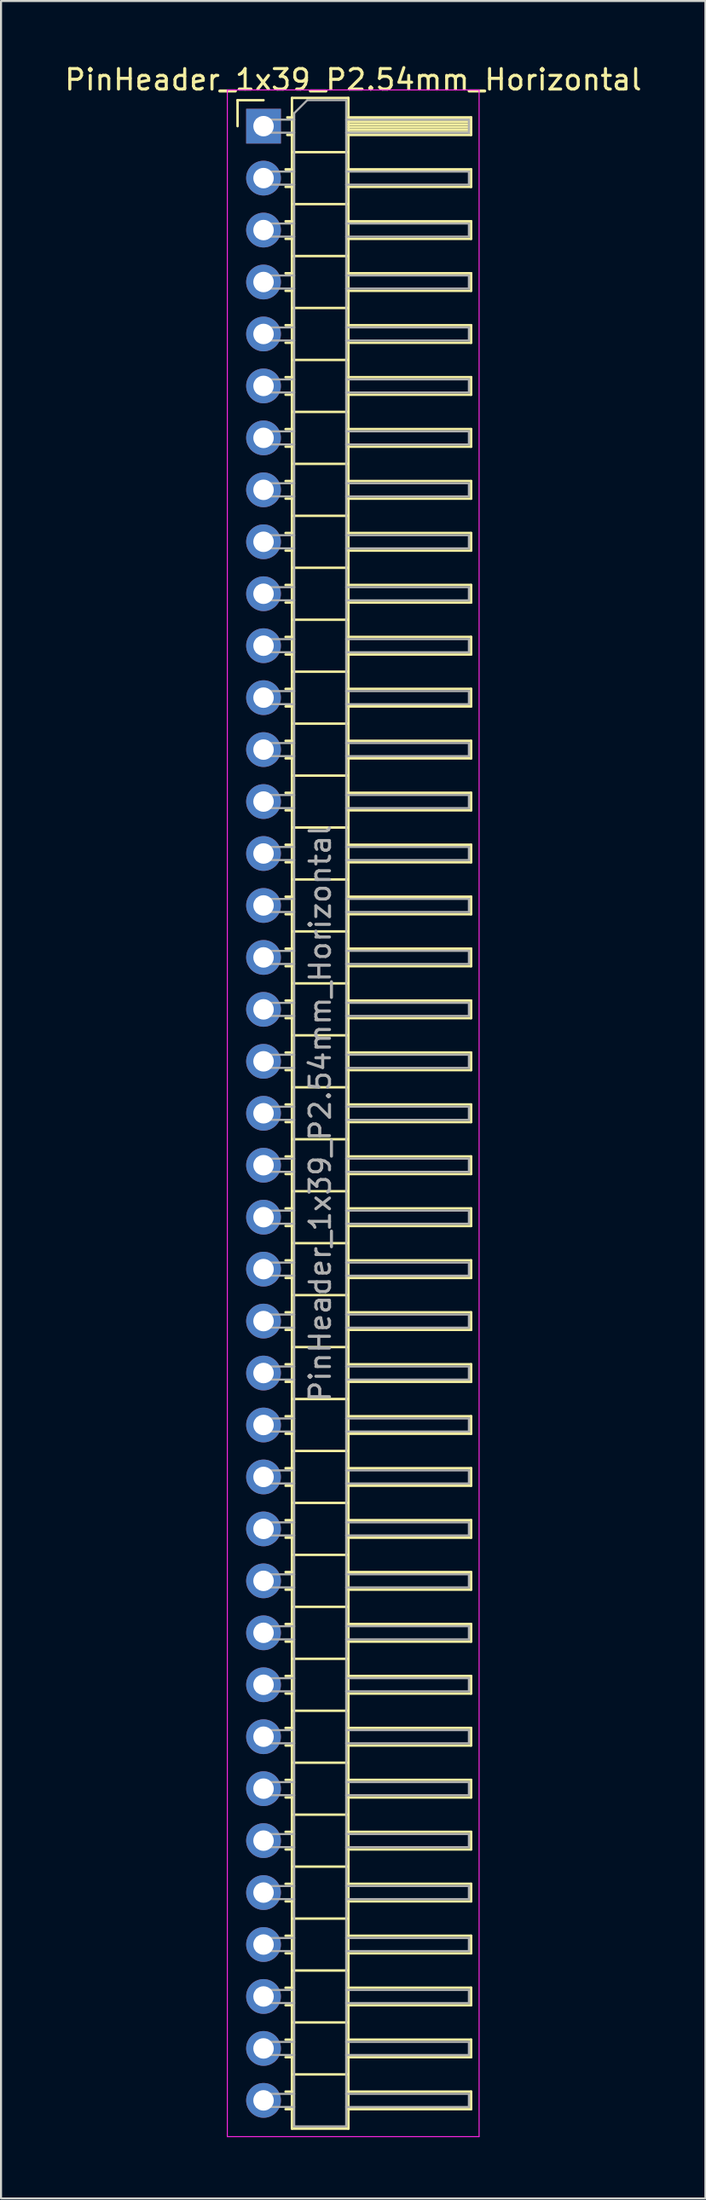
<source format=kicad_pcb>
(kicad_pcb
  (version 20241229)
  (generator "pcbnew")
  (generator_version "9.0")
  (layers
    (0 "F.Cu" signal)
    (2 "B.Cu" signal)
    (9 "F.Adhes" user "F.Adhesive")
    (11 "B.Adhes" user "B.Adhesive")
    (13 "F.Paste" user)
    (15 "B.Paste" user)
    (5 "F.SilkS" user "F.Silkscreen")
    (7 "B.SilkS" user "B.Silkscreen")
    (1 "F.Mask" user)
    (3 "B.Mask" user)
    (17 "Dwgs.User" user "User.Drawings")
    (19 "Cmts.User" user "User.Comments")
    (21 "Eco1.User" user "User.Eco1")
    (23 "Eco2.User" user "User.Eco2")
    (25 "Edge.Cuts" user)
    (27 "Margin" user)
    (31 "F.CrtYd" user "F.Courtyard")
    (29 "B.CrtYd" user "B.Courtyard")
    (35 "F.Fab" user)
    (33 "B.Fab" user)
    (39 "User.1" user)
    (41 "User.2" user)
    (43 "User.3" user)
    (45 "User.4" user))
  (footprint "PinHeader_1x39_P2.54mm_Horizontal"
    (layer "F.Cu")
    (at 9.835 3.118)
    (property "Reference" "PinHeader_1x39_P2.54mm_Horizontal" (at 4.385 -2.27 0) (layer "F.SilkS") (effects (font (size 1 1) (thickness 0.15))))
    (attr through_hole)
    (fp_line (start -1.27 -1.27) (end 0 -1.27) (stroke (width 0.12) (type solid)) (layer "F.SilkS"))
    (fp_line (start -1.27 0) (end -1.27 -1.27) (stroke (width 0.12) (type solid)) (layer "F.SilkS"))
    (fp_line (start 1.077 2.11) (end 1.39 2.11) (stroke (width 0.12) (type solid)) (layer "F.SilkS"))
    (fp_line (start 1.077 2.97) (end 1.39 2.97) (stroke (width 0.12) (type solid)) (layer "F.SilkS"))
    (fp_line (start 1.077 4.65) (end 1.39 4.65) (stroke (width 0.12) (type solid)) (layer "F.SilkS"))
    (fp_line (start 1.077 5.51) (end 1.39 5.51) (stroke (width 0.12) (type solid)) (layer "F.SilkS"))
    (fp_line (start 1.077 7.19) (end 1.39 7.19) (stroke (width 0.12) (type solid)) (layer "F.SilkS"))
    (fp_line (start 1.077 8.05) (end 1.39 8.05) (stroke (width 0.12) (type solid)) (layer "F.SilkS"))
    (fp_line (start 1.077 9.73) (end 1.39 9.73) (stroke (width 0.12) (type solid)) (layer "F.SilkS"))
    (fp_line (start 1.077 10.59) (end 1.39 10.59) (stroke (width 0.12) (type solid)) (layer "F.SilkS"))
    (fp_line (start 1.077 12.27) (end 1.39 12.27) (stroke (width 0.12) (type solid)) (layer "F.SilkS"))
    (fp_line (start 1.077 13.13) (end 1.39 13.13) (stroke (width 0.12) (type solid)) (layer "F.SilkS"))
    (fp_line (start 1.077 14.81) (end 1.39 14.81) (stroke (width 0.12) (type solid)) (layer "F.SilkS"))
    (fp_line (start 1.077 15.67) (end 1.39 15.67) (stroke (width 0.12) (type solid)) (layer "F.SilkS"))
    (fp_line (start 1.077 17.35) (end 1.39 17.35) (stroke (width 0.12) (type solid)) (layer "F.SilkS"))
    (fp_line (start 1.077 18.21) (end 1.39 18.21) (stroke (width 0.12) (type solid)) (layer "F.SilkS"))
    (fp_line (start 1.077 19.89) (end 1.39 19.89) (stroke (width 0.12) (type solid)) (layer "F.SilkS"))
    (fp_line (start 1.077 20.75) (end 1.39 20.75) (stroke (width 0.12) (type solid)) (layer "F.SilkS"))
    (fp_line (start 1.077 22.43) (end 1.39 22.43) (stroke (width 0.12) (type solid)) (layer "F.SilkS"))
    (fp_line (start 1.077 23.29) (end 1.39 23.29) (stroke (width 0.12) (type solid)) (layer "F.SilkS"))
    (fp_line (start 1.077 24.97) (end 1.39 24.97) (stroke (width 0.12) (type solid)) (layer "F.SilkS"))
    (fp_line (start 1.077 25.83) (end 1.39 25.83) (stroke (width 0.12) (type solid)) (layer "F.SilkS"))
    (fp_line (start 1.077 27.51) (end 1.39 27.51) (stroke (width 0.12) (type solid)) (layer "F.SilkS"))
    (fp_line (start 1.077 28.37) (end 1.39 28.37) (stroke (width 0.12) (type solid)) (layer "F.SilkS"))
    (fp_line (start 1.077 30.05) (end 1.39 30.05) (stroke (width 0.12) (type solid)) (layer "F.SilkS"))
    (fp_line (start 1.077 30.91) (end 1.39 30.91) (stroke (width 0.12) (type solid)) (layer "F.SilkS"))
    (fp_line (start 1.077 32.59) (end 1.39 32.59) (stroke (width 0.12) (type solid)) (layer "F.SilkS"))
    (fp_line (start 1.077 33.45) (end 1.39 33.45) (stroke (width 0.12) (type solid)) (layer "F.SilkS"))
    (fp_line (start 1.077 35.13) (end 1.39 35.13) (stroke (width 0.12) (type solid)) (layer "F.SilkS"))
    (fp_line (start 1.077 35.99) (end 1.39 35.99) (stroke (width 0.12) (type solid)) (layer "F.SilkS"))
    (fp_line (start 1.077 37.67) (end 1.39 37.67) (stroke (width 0.12) (type solid)) (layer "F.SilkS"))
    (fp_line (start 1.077 38.53) (end 1.39 38.53) (stroke (width 0.12) (type solid)) (layer "F.SilkS"))
    (fp_line (start 1.077 40.21) (end 1.39 40.21) (stroke (width 0.12) (type solid)) (layer "F.SilkS"))
    (fp_line (start 1.077 41.07) (end 1.39 41.07) (stroke (width 0.12) (type solid)) (layer "F.SilkS"))
    (fp_line (start 1.077 42.75) (end 1.39 42.75) (stroke (width 0.12) (type solid)) (layer "F.SilkS"))
    (fp_line (start 1.077 43.61) (end 1.39 43.61) (stroke (width 0.12) (type solid)) (layer "F.SilkS"))
    (fp_line (start 1.077 45.29) (end 1.39 45.29) (stroke (width 0.12) (type solid)) (layer "F.SilkS"))
    (fp_line (start 1.077 46.15) (end 1.39 46.15) (stroke (width 0.12) (type solid)) (layer "F.SilkS"))
    (fp_line (start 1.077 47.83) (end 1.39 47.83) (stroke (width 0.12) (type solid)) (layer "F.SilkS"))
    (fp_line (start 1.077 48.69) (end 1.39 48.69) (stroke (width 0.12) (type solid)) (layer "F.SilkS"))
    (fp_line (start 1.077 50.37) (end 1.39 50.37) (stroke (width 0.12) (type solid)) (layer "F.SilkS"))
    (fp_line (start 1.077 51.23) (end 1.39 51.23) (stroke (width 0.12) (type solid)) (layer "F.SilkS"))
    (fp_line (start 1.077 52.91) (end 1.39 52.91) (stroke (width 0.12) (type solid)) (layer "F.SilkS"))
    (fp_line (start 1.077 53.77) (end 1.39 53.77) (stroke (width 0.12) (type solid)) (layer "F.SilkS"))
    (fp_line (start 1.077 55.45) (end 1.39 55.45) (stroke (width 0.12) (type solid)) (layer "F.SilkS"))
    (fp_line (start 1.077 56.31) (end 1.39 56.31) (stroke (width 0.12) (type solid)) (layer "F.SilkS"))
    (fp_line (start 1.077 57.99) (end 1.39 57.99) (stroke (width 0.12) (type solid)) (layer "F.SilkS"))
    (fp_line (start 1.077 58.85) (end 1.39 58.85) (stroke (width 0.12) (type solid)) (layer "F.SilkS"))
    (fp_line (start 1.077 60.53) (end 1.39 60.53) (stroke (width 0.12) (type solid)) (layer "F.SilkS"))
    (fp_line (start 1.077 61.39) (end 1.39 61.39) (stroke (width 0.12) (type solid)) (layer "F.SilkS"))
    (fp_line (start 1.077 63.07) (end 1.39 63.07) (stroke (width 0.12) (type solid)) (layer "F.SilkS"))
    (fp_line (start 1.077 63.93) (end 1.39 63.93) (stroke (width 0.12) (type solid)) (layer "F.SilkS"))
    (fp_line (start 1.077 65.61) (end 1.39 65.61) (stroke (width 0.12) (type solid)) (layer "F.SilkS"))
    (fp_line (start 1.077 66.47) (end 1.39 66.47) (stroke (width 0.12) (type solid)) (layer "F.SilkS"))
    (fp_line (start 1.077 68.15) (end 1.39 68.15) (stroke (width 0.12) (type solid)) (layer "F.SilkS"))
    (fp_line (start 1.077 69.01) (end 1.39 69.01) (stroke (width 0.12) (type solid)) (layer "F.SilkS"))
    (fp_line (start 1.077 70.69) (end 1.39 70.69) (stroke (width 0.12) (type solid)) (layer "F.SilkS"))
    (fp_line (start 1.077 71.55) (end 1.39 71.55) (stroke (width 0.12) (type solid)) (layer "F.SilkS"))
    (fp_line (start 1.077 73.23) (end 1.39 73.23) (stroke (width 0.12) (type solid)) (layer "F.SilkS"))
    (fp_line (start 1.077 74.09) (end 1.39 74.09) (stroke (width 0.12) (type solid)) (layer "F.SilkS"))
    (fp_line (start 1.077 75.77) (end 1.39 75.77) (stroke (width 0.12) (type solid)) (layer "F.SilkS"))
    (fp_line (start 1.077 76.63) (end 1.39 76.63) (stroke (width 0.12) (type solid)) (layer "F.SilkS"))
    (fp_line (start 1.077 78.31) (end 1.39 78.31) (stroke (width 0.12) (type solid)) (layer "F.SilkS"))
    (fp_line (start 1.077 79.17) (end 1.39 79.17) (stroke (width 0.12) (type solid)) (layer "F.SilkS"))
    (fp_line (start 1.077 80.85) (end 1.39 80.85) (stroke (width 0.12) (type solid)) (layer "F.SilkS"))
    (fp_line (start 1.077 81.71) (end 1.39 81.71) (stroke (width 0.12) (type solid)) (layer "F.SilkS"))
    (fp_line (start 1.077 83.39) (end 1.39 83.39) (stroke (width 0.12) (type solid)) (layer "F.SilkS"))
    (fp_line (start 1.077 84.25) (end 1.39 84.25) (stroke (width 0.12) (type solid)) (layer "F.SilkS"))
    (fp_line (start 1.077 85.93) (end 1.39 85.93) (stroke (width 0.12) (type solid)) (layer "F.SilkS"))
    (fp_line (start 1.077 86.79) (end 1.39 86.79) (stroke (width 0.12) (type solid)) (layer "F.SilkS"))
    (fp_line (start 1.077 88.47) (end 1.39 88.47) (stroke (width 0.12) (type solid)) (layer "F.SilkS"))
    (fp_line (start 1.077 89.33) (end 1.39 89.33) (stroke (width 0.12) (type solid)) (layer "F.SilkS"))
    (fp_line (start 1.077 91.01) (end 1.39 91.01) (stroke (width 0.12) (type solid)) (layer "F.SilkS"))
    (fp_line (start 1.077 91.87) (end 1.39 91.87) (stroke (width 0.12) (type solid)) (layer "F.SilkS"))
    (fp_line (start 1.077 93.55) (end 1.39 93.55) (stroke (width 0.12) (type solid)) (layer "F.SilkS"))
    (fp_line (start 1.077 94.41) (end 1.39 94.41) (stroke (width 0.12) (type solid)) (layer "F.SilkS"))
    (fp_line (start 1.077 96.09) (end 1.39 96.09) (stroke (width 0.12) (type solid)) (layer "F.SilkS"))
    (fp_line (start 1.077 96.95) (end 1.39 96.95) (stroke (width 0.12) (type solid)) (layer "F.SilkS"))
    (fp_line (start 1.16 -0.43) (end 1.39 -0.43) (stroke (width 0.12) (type solid)) (layer "F.SilkS"))
    (fp_line (start 1.16 0.43) (end 1.39 0.43) (stroke (width 0.12) (type solid)) (layer "F.SilkS"))
    (fp_line (start 1.39 -1.38) (end 1.39 97.9) (stroke (width 0.12) (type solid)) (layer "F.SilkS"))
    (fp_line (start 1.39 1.27) (end 4.15 1.27) (stroke (width 0.12) (type solid)) (layer "F.SilkS"))
    (fp_line (start 1.39 3.81) (end 4.15 3.81) (stroke (width 0.12) (type solid)) (layer "F.SilkS"))
    (fp_line (start 1.39 6.35) (end 4.15 6.35) (stroke (width 0.12) (type solid)) (layer "F.SilkS"))
    (fp_line (start 1.39 8.89) (end 4.15 8.89) (stroke (width 0.12) (type solid)) (layer "F.SilkS"))
    (fp_line (start 1.39 11.43) (end 4.15 11.43) (stroke (width 0.12) (type solid)) (layer "F.SilkS"))
    (fp_line (start 1.39 13.97) (end 4.15 13.97) (stroke (width 0.12) (type solid)) (layer "F.SilkS"))
    (fp_line (start 1.39 16.51) (end 4.15 16.51) (stroke (width 0.12) (type solid)) (layer "F.SilkS"))
    (fp_line (start 1.39 19.05) (end 4.15 19.05) (stroke (width 0.12) (type solid)) (layer "F.SilkS"))
    (fp_line (start 1.39 21.59) (end 4.15 21.59) (stroke (width 0.12) (type solid)) (layer "F.SilkS"))
    (fp_line (start 1.39 24.13) (end 4.15 24.13) (stroke (width 0.12) (type solid)) (layer "F.SilkS"))
    (fp_line (start 1.39 26.67) (end 4.15 26.67) (stroke (width 0.12) (type solid)) (layer "F.SilkS"))
    (fp_line (start 1.39 29.21) (end 4.15 29.21) (stroke (width 0.12) (type solid)) (layer "F.SilkS"))
    (fp_line (start 1.39 31.75) (end 4.15 31.75) (stroke (width 0.12) (type solid)) (layer "F.SilkS"))
    (fp_line (start 1.39 34.29) (end 4.15 34.29) (stroke (width 0.12) (type solid)) (layer "F.SilkS"))
    (fp_line (start 1.39 36.83) (end 4.15 36.83) (stroke (width 0.12) (type solid)) (layer "F.SilkS"))
    (fp_line (start 1.39 39.37) (end 4.15 39.37) (stroke (width 0.12) (type solid)) (layer "F.SilkS"))
    (fp_line (start 1.39 41.91) (end 4.15 41.91) (stroke (width 0.12) (type solid)) (layer "F.SilkS"))
    (fp_line (start 1.39 44.45) (end 4.15 44.45) (stroke (width 0.12) (type solid)) (layer "F.SilkS"))
    (fp_line (start 1.39 46.99) (end 4.15 46.99) (stroke (width 0.12) (type solid)) (layer "F.SilkS"))
    (fp_line (start 1.39 49.53) (end 4.15 49.53) (stroke (width 0.12) (type solid)) (layer "F.SilkS"))
    (fp_line (start 1.39 52.07) (end 4.15 52.07) (stroke (width 0.12) (type solid)) (layer "F.SilkS"))
    (fp_line (start 1.39 54.61) (end 4.15 54.61) (stroke (width 0.12) (type solid)) (layer "F.SilkS"))
    (fp_line (start 1.39 57.15) (end 4.15 57.15) (stroke (width 0.12) (type solid)) (layer "F.SilkS"))
    (fp_line (start 1.39 59.69) (end 4.15 59.69) (stroke (width 0.12) (type solid)) (layer "F.SilkS"))
    (fp_line (start 1.39 62.23) (end 4.15 62.23) (stroke (width 0.12) (type solid)) (layer "F.SilkS"))
    (fp_line (start 1.39 64.77) (end 4.15 64.77) (stroke (width 0.12) (type solid)) (layer "F.SilkS"))
    (fp_line (start 1.39 67.31) (end 4.15 67.31) (stroke (width 0.12) (type solid)) (layer "F.SilkS"))
    (fp_line (start 1.39 69.85) (end 4.15 69.85) (stroke (width 0.12) (type solid)) (layer "F.SilkS"))
    (fp_line (start 1.39 72.39) (end 4.15 72.39) (stroke (width 0.12) (type solid)) (layer "F.SilkS"))
    (fp_line (start 1.39 74.93) (end 4.15 74.93) (stroke (width 0.12) (type solid)) (layer "F.SilkS"))
    (fp_line (start 1.39 77.47) (end 4.15 77.47) (stroke (width 0.12) (type solid)) (layer "F.SilkS"))
    (fp_line (start 1.39 80.01) (end 4.15 80.01) (stroke (width 0.12) (type solid)) (layer "F.SilkS"))
    (fp_line (start 1.39 82.55) (end 4.15 82.55) (stroke (width 0.12) (type solid)) (layer "F.SilkS"))
    (fp_line (start 1.39 85.09) (end 4.15 85.09) (stroke (width 0.12) (type solid)) (layer "F.SilkS"))
    (fp_line (start 1.39 87.63) (end 4.15 87.63) (stroke (width 0.12) (type solid)) (layer "F.SilkS"))
    (fp_line (start 1.39 90.17) (end 4.15 90.17) (stroke (width 0.12) (type solid)) (layer "F.SilkS"))
    (fp_line (start 1.39 92.71) (end 4.15 92.71) (stroke (width 0.12) (type solid)) (layer "F.SilkS"))
    (fp_line (start 1.39 95.25) (end 4.15 95.25) (stroke (width 0.12) (type solid)) (layer "F.SilkS"))
    (fp_line (start 1.39 97.9) (end 4.15 97.9) (stroke (width 0.12) (type solid)) (layer "F.SilkS"))
    (fp_line (start 4.15 -1.38) (end 1.39 -1.38) (stroke (width 0.12) (type solid)) (layer "F.SilkS"))
    (fp_line (start 4.15 -0.43) (end 10.15 -0.43) (stroke (width 0.12) (type solid)) (layer "F.SilkS"))
    (fp_line (start 4.15 -0.32) (end 10.15 -0.32) (stroke (width 0.12) (type solid)) (layer "F.SilkS"))
    (fp_line (start 4.15 -0.2) (end 10.15 -0.2) (stroke (width 0.12) (type solid)) (layer "F.SilkS"))
    (fp_line (start 4.15 -0.08) (end 10.15 -0.08) (stroke (width 0.12) (type solid)) (layer "F.SilkS"))
    (fp_line (start 4.15 0.04) (end 10.15 0.04) (stroke (width 0.12) (type solid)) (layer "F.SilkS"))
    (fp_line (start 4.15 0.16) (end 10.15 0.16) (stroke (width 0.12) (type solid)) (layer "F.SilkS"))
    (fp_line (start 4.15 0.28) (end 10.15 0.28) (stroke (width 0.12) (type solid)) (layer "F.SilkS"))
    (fp_line (start 4.15 2.11) (end 10.15 2.11) (stroke (width 0.12) (type solid)) (layer "F.SilkS"))
    (fp_line (start 4.15 4.65) (end 10.15 4.65) (stroke (width 0.12) (type solid)) (layer "F.SilkS"))
    (fp_line (start 4.15 7.19) (end 10.15 7.19) (stroke (width 0.12) (type solid)) (layer "F.SilkS"))
    (fp_line (start 4.15 9.73) (end 10.15 9.73) (stroke (width 0.12) (type solid)) (layer "F.SilkS"))
    (fp_line (start 4.15 12.27) (end 10.15 12.27) (stroke (width 0.12) (type solid)) (layer "F.SilkS"))
    (fp_line (start 4.15 14.81) (end 10.15 14.81) (stroke (width 0.12) (type solid)) (layer "F.SilkS"))
    (fp_line (start 4.15 17.35) (end 10.15 17.35) (stroke (width 0.12) (type solid)) (layer "F.SilkS"))
    (fp_line (start 4.15 19.89) (end 10.15 19.89) (stroke (width 0.12) (type solid)) (layer "F.SilkS"))
    (fp_line (start 4.15 22.43) (end 10.15 22.43) (stroke (width 0.12) (type solid)) (layer "F.SilkS"))
    (fp_line (start 4.15 24.97) (end 10.15 24.97) (stroke (width 0.12) (type solid)) (layer "F.SilkS"))
    (fp_line (start 4.15 27.51) (end 10.15 27.51) (stroke (width 0.12) (type solid)) (layer "F.SilkS"))
    (fp_line (start 4.15 30.05) (end 10.15 30.05) (stroke (width 0.12) (type solid)) (layer "F.SilkS"))
    (fp_line (start 4.15 32.59) (end 10.15 32.59) (stroke (width 0.12) (type solid)) (layer "F.SilkS"))
    (fp_line (start 4.15 35.13) (end 10.15 35.13) (stroke (width 0.12) (type solid)) (layer "F.SilkS"))
    (fp_line (start 4.15 37.67) (end 10.15 37.67) (stroke (width 0.12) (type solid)) (layer "F.SilkS"))
    (fp_line (start 4.15 40.21) (end 10.15 40.21) (stroke (width 0.12) (type solid)) (layer "F.SilkS"))
    (fp_line (start 4.15 42.75) (end 10.15 42.75) (stroke (width 0.12) (type solid)) (layer "F.SilkS"))
    (fp_line (start 4.15 45.29) (end 10.15 45.29) (stroke (width 0.12) (type solid)) (layer "F.SilkS"))
    (fp_line (start 4.15 47.83) (end 10.15 47.83) (stroke (width 0.12) (type solid)) (layer "F.SilkS"))
    (fp_line (start 4.15 50.37) (end 10.15 50.37) (stroke (width 0.12) (type solid)) (layer "F.SilkS"))
    (fp_line (start 4.15 52.91) (end 10.15 52.91) (stroke (width 0.12) (type solid)) (layer "F.SilkS"))
    (fp_line (start 4.15 55.45) (end 10.15 55.45) (stroke (width 0.12) (type solid)) (layer "F.SilkS"))
    (fp_line (start 4.15 57.99) (end 10.15 57.99) (stroke (width 0.12) (type solid)) (layer "F.SilkS"))
    (fp_line (start 4.15 60.53) (end 10.15 60.53) (stroke (width 0.12) (type solid)) (layer "F.SilkS"))
    (fp_line (start 4.15 63.07) (end 10.15 63.07) (stroke (width 0.12) (type solid)) (layer "F.SilkS"))
    (fp_line (start 4.15 65.61) (end 10.15 65.61) (stroke (width 0.12) (type solid)) (layer "F.SilkS"))
    (fp_line (start 4.15 68.15) (end 10.15 68.15) (stroke (width 0.12) (type solid)) (layer "F.SilkS"))
    (fp_line (start 4.15 70.69) (end 10.15 70.69) (stroke (width 0.12) (type solid)) (layer "F.SilkS"))
    (fp_line (start 4.15 73.23) (end 10.15 73.23) (stroke (width 0.12) (type solid)) (layer "F.SilkS"))
    (fp_line (start 4.15 75.77) (end 10.15 75.77) (stroke (width 0.12) (type solid)) (layer "F.SilkS"))
    (fp_line (start 4.15 78.31) (end 10.15 78.31) (stroke (width 0.12) (type solid)) (layer "F.SilkS"))
    (fp_line (start 4.15 80.85) (end 10.15 80.85) (stroke (width 0.12) (type solid)) (layer "F.SilkS"))
    (fp_line (start 4.15 83.39) (end 10.15 83.39) (stroke (width 0.12) (type solid)) (layer "F.SilkS"))
    (fp_line (start 4.15 85.93) (end 10.15 85.93) (stroke (width 0.12) (type solid)) (layer "F.SilkS"))
    (fp_line (start 4.15 88.47) (end 10.15 88.47) (stroke (width 0.12) (type solid)) (layer "F.SilkS"))
    (fp_line (start 4.15 91.01) (end 10.15 91.01) (stroke (width 0.12) (type solid)) (layer "F.SilkS"))
    (fp_line (start 4.15 93.55) (end 10.15 93.55) (stroke (width 0.12) (type solid)) (layer "F.SilkS"))
    (fp_line (start 4.15 96.09) (end 10.15 96.09) (stroke (width 0.12) (type solid)) (layer "F.SilkS"))
    (fp_line (start 4.15 97.9) (end 4.15 -1.38) (stroke (width 0.12) (type solid)) (layer "F.SilkS"))
    (fp_line (start 10.15 -0.43) (end 10.15 0.43) (stroke (width 0.12) (type solid)) (layer "F.SilkS"))
    (fp_line (start 10.15 0.43) (end 4.15 0.43) (stroke (width 0.12) (type solid)) (layer "F.SilkS"))
    (fp_line (start 10.15 2.11) (end 10.15 2.97) (stroke (width 0.12) (type solid)) (layer "F.SilkS"))
    (fp_line (start 10.15 2.97) (end 4.15 2.97) (stroke (width 0.12) (type solid)) (layer "F.SilkS"))
    (fp_line (start 10.15 4.65) (end 10.15 5.51) (stroke (width 0.12) (type solid)) (layer "F.SilkS"))
    (fp_line (start 10.15 5.51) (end 4.15 5.51) (stroke (width 0.12) (type solid)) (layer "F.SilkS"))
    (fp_line (start 10.15 7.19) (end 10.15 8.05) (stroke (width 0.12) (type solid)) (layer "F.SilkS"))
    (fp_line (start 10.15 8.05) (end 4.15 8.05) (stroke (width 0.12) (type solid)) (layer "F.SilkS"))
    (fp_line (start 10.15 9.73) (end 10.15 10.59) (stroke (width 0.12) (type solid)) (layer "F.SilkS"))
    (fp_line (start 10.15 10.59) (end 4.15 10.59) (stroke (width 0.12) (type solid)) (layer "F.SilkS"))
    (fp_line (start 10.15 12.27) (end 10.15 13.13) (stroke (width 0.12) (type solid)) (layer "F.SilkS"))
    (fp_line (start 10.15 13.13) (end 4.15 13.13) (stroke (width 0.12) (type solid)) (layer "F.SilkS"))
    (fp_line (start 10.15 14.81) (end 10.15 15.67) (stroke (width 0.12) (type solid)) (layer "F.SilkS"))
    (fp_line (start 10.15 15.67) (end 4.15 15.67) (stroke (width 0.12) (type solid)) (layer "F.SilkS"))
    (fp_line (start 10.15 17.35) (end 10.15 18.21) (stroke (width 0.12) (type solid)) (layer "F.SilkS"))
    (fp_line (start 10.15 18.21) (end 4.15 18.21) (stroke (width 0.12) (type solid)) (layer "F.SilkS"))
    (fp_line (start 10.15 19.89) (end 10.15 20.75) (stroke (width 0.12) (type solid)) (layer "F.SilkS"))
    (fp_line (start 10.15 20.75) (end 4.15 20.75) (stroke (width 0.12) (type solid)) (layer "F.SilkS"))
    (fp_line (start 10.15 22.43) (end 10.15 23.29) (stroke (width 0.12) (type solid)) (layer "F.SilkS"))
    (fp_line (start 10.15 23.29) (end 4.15 23.29) (stroke (width 0.12) (type solid)) (layer "F.SilkS"))
    (fp_line (start 10.15 24.97) (end 10.15 25.83) (stroke (width 0.12) (type solid)) (layer "F.SilkS"))
    (fp_line (start 10.15 25.83) (end 4.15 25.83) (stroke (width 0.12) (type solid)) (layer "F.SilkS"))
    (fp_line (start 10.15 27.51) (end 10.15 28.37) (stroke (width 0.12) (type solid)) (layer "F.SilkS"))
    (fp_line (start 10.15 28.37) (end 4.15 28.37) (stroke (width 0.12) (type solid)) (layer "F.SilkS"))
    (fp_line (start 10.15 30.05) (end 10.15 30.91) (stroke (width 0.12) (type solid)) (layer "F.SilkS"))
    (fp_line (start 10.15 30.91) (end 4.15 30.91) (stroke (width 0.12) (type solid)) (layer "F.SilkS"))
    (fp_line (start 10.15 32.59) (end 10.15 33.45) (stroke (width 0.12) (type solid)) (layer "F.SilkS"))
    (fp_line (start 10.15 33.45) (end 4.15 33.45) (stroke (width 0.12) (type solid)) (layer "F.SilkS"))
    (fp_line (start 10.15 35.13) (end 10.15 35.99) (stroke (width 0.12) (type solid)) (layer "F.SilkS"))
    (fp_line (start 10.15 35.99) (end 4.15 35.99) (stroke (width 0.12) (type solid)) (layer "F.SilkS"))
    (fp_line (start 10.15 37.67) (end 10.15 38.53) (stroke (width 0.12) (type solid)) (layer "F.SilkS"))
    (fp_line (start 10.15 38.53) (end 4.15 38.53) (stroke (width 0.12) (type solid)) (layer "F.SilkS"))
    (fp_line (start 10.15 40.21) (end 10.15 41.07) (stroke (width 0.12) (type solid)) (layer "F.SilkS"))
    (fp_line (start 10.15 41.07) (end 4.15 41.07) (stroke (width 0.12) (type solid)) (layer "F.SilkS"))
    (fp_line (start 10.15 42.75) (end 10.15 43.61) (stroke (width 0.12) (type solid)) (layer "F.SilkS"))
    (fp_line (start 10.15 43.61) (end 4.15 43.61) (stroke (width 0.12) (type solid)) (layer "F.SilkS"))
    (fp_line (start 10.15 45.29) (end 10.15 46.15) (stroke (width 0.12) (type solid)) (layer "F.SilkS"))
    (fp_line (start 10.15 46.15) (end 4.15 46.15) (stroke (width 0.12) (type solid)) (layer "F.SilkS"))
    (fp_line (start 10.15 47.83) (end 10.15 48.69) (stroke (width 0.12) (type solid)) (layer "F.SilkS"))
    (fp_line (start 10.15 48.69) (end 4.15 48.69) (stroke (width 0.12) (type solid)) (layer "F.SilkS"))
    (fp_line (start 10.15 50.37) (end 10.15 51.23) (stroke (width 0.12) (type solid)) (layer "F.SilkS"))
    (fp_line (start 10.15 51.23) (end 4.15 51.23) (stroke (width 0.12) (type solid)) (layer "F.SilkS"))
    (fp_line (start 10.15 52.91) (end 10.15 53.77) (stroke (width 0.12) (type solid)) (layer "F.SilkS"))
    (fp_line (start 10.15 53.77) (end 4.15 53.77) (stroke (width 0.12) (type solid)) (layer "F.SilkS"))
    (fp_line (start 10.15 55.45) (end 10.15 56.31) (stroke (width 0.12) (type solid)) (layer "F.SilkS"))
    (fp_line (start 10.15 56.31) (end 4.15 56.31) (stroke (width 0.12) (type solid)) (layer "F.SilkS"))
    (fp_line (start 10.15 57.99) (end 10.15 58.85) (stroke (width 0.12) (type solid)) (layer "F.SilkS"))
    (fp_line (start 10.15 58.85) (end 4.15 58.85) (stroke (width 0.12) (type solid)) (layer "F.SilkS"))
    (fp_line (start 10.15 60.53) (end 10.15 61.39) (stroke (width 0.12) (type solid)) (layer "F.SilkS"))
    (fp_line (start 10.15 61.39) (end 4.15 61.39) (stroke (width 0.12) (type solid)) (layer "F.SilkS"))
    (fp_line (start 10.15 63.07) (end 10.15 63.93) (stroke (width 0.12) (type solid)) (layer "F.SilkS"))
    (fp_line (start 10.15 63.93) (end 4.15 63.93) (stroke (width 0.12) (type solid)) (layer "F.SilkS"))
    (fp_line (start 10.15 65.61) (end 10.15 66.47) (stroke (width 0.12) (type solid)) (layer "F.SilkS"))
    (fp_line (start 10.15 66.47) (end 4.15 66.47) (stroke (width 0.12) (type solid)) (layer "F.SilkS"))
    (fp_line (start 10.15 68.15) (end 10.15 69.01) (stroke (width 0.12) (type solid)) (layer "F.SilkS"))
    (fp_line (start 10.15 69.01) (end 4.15 69.01) (stroke (width 0.12) (type solid)) (layer "F.SilkS"))
    (fp_line (start 10.15 70.69) (end 10.15 71.55) (stroke (width 0.12) (type solid)) (layer "F.SilkS"))
    (fp_line (start 10.15 71.55) (end 4.15 71.55) (stroke (width 0.12) (type solid)) (layer "F.SilkS"))
    (fp_line (start 10.15 73.23) (end 10.15 74.09) (stroke (width 0.12) (type solid)) (layer "F.SilkS"))
    (fp_line (start 10.15 74.09) (end 4.15 74.09) (stroke (width 0.12) (type solid)) (layer "F.SilkS"))
    (fp_line (start 10.15 75.77) (end 10.15 76.63) (stroke (width 0.12) (type solid)) (layer "F.SilkS"))
    (fp_line (start 10.15 76.63) (end 4.15 76.63) (stroke (width 0.12) (type solid)) (layer "F.SilkS"))
    (fp_line (start 10.15 78.31) (end 10.15 79.17) (stroke (width 0.12) (type solid)) (layer "F.SilkS"))
    (fp_line (start 10.15 79.17) (end 4.15 79.17) (stroke (width 0.12) (type solid)) (layer "F.SilkS"))
    (fp_line (start 10.15 80.85) (end 10.15 81.71) (stroke (width 0.12) (type solid)) (layer "F.SilkS"))
    (fp_line (start 10.15 81.71) (end 4.15 81.71) (stroke (width 0.12) (type solid)) (layer "F.SilkS"))
    (fp_line (start 10.15 83.39) (end 10.15 84.25) (stroke (width 0.12) (type solid)) (layer "F.SilkS"))
    (fp_line (start 10.15 84.25) (end 4.15 84.25) (stroke (width 0.12) (type solid)) (layer "F.SilkS"))
    (fp_line (start 10.15 85.93) (end 10.15 86.79) (stroke (width 0.12) (type solid)) (layer "F.SilkS"))
    (fp_line (start 10.15 86.79) (end 4.15 86.79) (stroke (width 0.12) (type solid)) (layer "F.SilkS"))
    (fp_line (start 10.15 88.47) (end 10.15 89.33) (stroke (width 0.12) (type solid)) (layer "F.SilkS"))
    (fp_line (start 10.15 89.33) (end 4.15 89.33) (stroke (width 0.12) (type solid)) (layer "F.SilkS"))
    (fp_line (start 10.15 91.01) (end 10.15 91.87) (stroke (width 0.12) (type solid)) (layer "F.SilkS"))
    (fp_line (start 10.15 91.87) (end 4.15 91.87) (stroke (width 0.12) (type solid)) (layer "F.SilkS"))
    (fp_line (start 10.15 93.55) (end 10.15 94.41) (stroke (width 0.12) (type solid)) (layer "F.SilkS"))
    (fp_line (start 10.15 94.41) (end 4.15 94.41) (stroke (width 0.12) (type solid)) (layer "F.SilkS"))
    (fp_line (start 10.15 96.09) (end 10.15 96.95) (stroke (width 0.12) (type solid)) (layer "F.SilkS"))
    (fp_line (start 10.15 96.95) (end 4.15 96.95) (stroke (width 0.12) (type solid)) (layer "F.SilkS"))
    (fp_line (start -1.77 -1.77) (end -1.77 98.29) (stroke (width 0.05) (type solid)) (layer "F.CrtYd"))
    (fp_line (start -1.77 98.29) (end 10.54 98.29) (stroke (width 0.05) (type solid)) (layer "F.CrtYd"))
    (fp_line (start 10.54 -1.77) (end -1.77 -1.77) (stroke (width 0.05) (type solid)) (layer "F.CrtYd"))
    (fp_line (start 10.54 98.29) (end 10.54 -1.77) (stroke (width 0.05) (type solid)) (layer "F.CrtYd"))
    (fp_line (start -0.32 -0.32) (end -0.32 0.32) (stroke (width 0.1) (type solid)) (layer "F.Fab"))
    (fp_line (start -0.32 -0.32) (end 1.5 -0.32) (stroke (width 0.1) (type solid)) (layer "F.Fab"))
    (fp_line (start -0.32 0.32) (end 1.5 0.32) (stroke (width 0.1) (type solid)) (layer "F.Fab"))
    (fp_line (start -0.32 2.22) (end -0.32 2.86) (stroke (width 0.1) (type solid)) (layer "F.Fab"))
    (fp_line (start -0.32 2.22) (end 1.5 2.22) (stroke (width 0.1) (type solid)) (layer "F.Fab"))
    (fp_line (start -0.32 2.86) (end 1.5 2.86) (stroke (width 0.1) (type solid)) (layer "F.Fab"))
    (fp_line (start -0.32 4.76) (end -0.32 5.4) (stroke (width 0.1) (type solid)) (layer "F.Fab"))
    (fp_line (start -0.32 4.76) (end 1.5 4.76) (stroke (width 0.1) (type solid)) (layer "F.Fab"))
    (fp_line (start -0.32 5.4) (end 1.5 5.4) (stroke (width 0.1) (type solid)) (layer "F.Fab"))
    (fp_line (start -0.32 7.3) (end -0.32 7.94) (stroke (width 0.1) (type solid)) (layer "F.Fab"))
    (fp_line (start -0.32 7.3) (end 1.5 7.3) (stroke (width 0.1) (type solid)) (layer "F.Fab"))
    (fp_line (start -0.32 7.94) (end 1.5 7.94) (stroke (width 0.1) (type solid)) (layer "F.Fab"))
    (fp_line (start -0.32 9.84) (end -0.32 10.48) (stroke (width 0.1) (type solid)) (layer "F.Fab"))
    (fp_line (start -0.32 9.84) (end 1.5 9.84) (stroke (width 0.1) (type solid)) (layer "F.Fab"))
    (fp_line (start -0.32 10.48) (end 1.5 10.48) (stroke (width 0.1) (type solid)) (layer "F.Fab"))
    (fp_line (start -0.32 12.38) (end -0.32 13.02) (stroke (width 0.1) (type solid)) (layer "F.Fab"))
    (fp_line (start -0.32 12.38) (end 1.5 12.38) (stroke (width 0.1) (type solid)) (layer "F.Fab"))
    (fp_line (start -0.32 13.02) (end 1.5 13.02) (stroke (width 0.1) (type solid)) (layer "F.Fab"))
    (fp_line (start -0.32 14.92) (end -0.32 15.56) (stroke (width 0.1) (type solid)) (layer "F.Fab"))
    (fp_line (start -0.32 14.92) (end 1.5 14.92) (stroke (width 0.1) (type solid)) (layer "F.Fab"))
    (fp_line (start -0.32 15.56) (end 1.5 15.56) (stroke (width 0.1) (type solid)) (layer "F.Fab"))
    (fp_line (start -0.32 17.46) (end -0.32 18.1) (stroke (width 0.1) (type solid)) (layer "F.Fab"))
    (fp_line (start -0.32 17.46) (end 1.5 17.46) (stroke (width 0.1) (type solid)) (layer "F.Fab"))
    (fp_line (start -0.32 18.1) (end 1.5 18.1) (stroke (width 0.1) (type solid)) (layer "F.Fab"))
    (fp_line (start -0.32 20) (end -0.32 20.64) (stroke (width 0.1) (type solid)) (layer "F.Fab"))
    (fp_line (start -0.32 20) (end 1.5 20) (stroke (width 0.1) (type solid)) (layer "F.Fab"))
    (fp_line (start -0.32 20.64) (end 1.5 20.64) (stroke (width 0.1) (type solid)) (layer "F.Fab"))
    (fp_line (start -0.32 22.54) (end -0.32 23.18) (stroke (width 0.1) (type solid)) (layer "F.Fab"))
    (fp_line (start -0.32 22.54) (end 1.5 22.54) (stroke (width 0.1) (type solid)) (layer "F.Fab"))
    (fp_line (start -0.32 23.18) (end 1.5 23.18) (stroke (width 0.1) (type solid)) (layer "F.Fab"))
    (fp_line (start -0.32 25.08) (end -0.32 25.72) (stroke (width 0.1) (type solid)) (layer "F.Fab"))
    (fp_line (start -0.32 25.08) (end 1.5 25.08) (stroke (width 0.1) (type solid)) (layer "F.Fab"))
    (fp_line (start -0.32 25.72) (end 1.5 25.72) (stroke (width 0.1) (type solid)) (layer "F.Fab"))
    (fp_line (start -0.32 27.62) (end -0.32 28.26) (stroke (width 0.1) (type solid)) (layer "F.Fab"))
    (fp_line (start -0.32 27.62) (end 1.5 27.62) (stroke (width 0.1) (type solid)) (layer "F.Fab"))
    (fp_line (start -0.32 28.26) (end 1.5 28.26) (stroke (width 0.1) (type solid)) (layer "F.Fab"))
    (fp_line (start -0.32 30.16) (end -0.32 30.8) (stroke (width 0.1) (type solid)) (layer "F.Fab"))
    (fp_line (start -0.32 30.16) (end 1.5 30.16) (stroke (width 0.1) (type solid)) (layer "F.Fab"))
    (fp_line (start -0.32 30.8) (end 1.5 30.8) (stroke (width 0.1) (type solid)) (layer "F.Fab"))
    (fp_line (start -0.32 32.7) (end -0.32 33.34) (stroke (width 0.1) (type solid)) (layer "F.Fab"))
    (fp_line (start -0.32 32.7) (end 1.5 32.7) (stroke (width 0.1) (type solid)) (layer "F.Fab"))
    (fp_line (start -0.32 33.34) (end 1.5 33.34) (stroke (width 0.1) (type solid)) (layer "F.Fab"))
    (fp_line (start -0.32 35.24) (end -0.32 35.88) (stroke (width 0.1) (type solid)) (layer "F.Fab"))
    (fp_line (start -0.32 35.24) (end 1.5 35.24) (stroke (width 0.1) (type solid)) (layer "F.Fab"))
    (fp_line (start -0.32 35.88) (end 1.5 35.88) (stroke (width 0.1) (type solid)) (layer "F.Fab"))
    (fp_line (start -0.32 37.78) (end -0.32 38.42) (stroke (width 0.1) (type solid)) (layer "F.Fab"))
    (fp_line (start -0.32 37.78) (end 1.5 37.78) (stroke (width 0.1) (type solid)) (layer "F.Fab"))
    (fp_line (start -0.32 38.42) (end 1.5 38.42) (stroke (width 0.1) (type solid)) (layer "F.Fab"))
    (fp_line (start -0.32 40.32) (end -0.32 40.96) (stroke (width 0.1) (type solid)) (layer "F.Fab"))
    (fp_line (start -0.32 40.32) (end 1.5 40.32) (stroke (width 0.1) (type solid)) (layer "F.Fab"))
    (fp_line (start -0.32 40.96) (end 1.5 40.96) (stroke (width 0.1) (type solid)) (layer "F.Fab"))
    (fp_line (start -0.32 42.86) (end -0.32 43.5) (stroke (width 0.1) (type solid)) (layer "F.Fab"))
    (fp_line (start -0.32 42.86) (end 1.5 42.86) (stroke (width 0.1) (type solid)) (layer "F.Fab"))
    (fp_line (start -0.32 43.5) (end 1.5 43.5) (stroke (width 0.1) (type solid)) (layer "F.Fab"))
    (fp_line (start -0.32 45.4) (end -0.32 46.04) (stroke (width 0.1) (type solid)) (layer "F.Fab"))
    (fp_line (start -0.32 45.4) (end 1.5 45.4) (stroke (width 0.1) (type solid)) (layer "F.Fab"))
    (fp_line (start -0.32 46.04) (end 1.5 46.04) (stroke (width 0.1) (type solid)) (layer "F.Fab"))
    (fp_line (start -0.32 47.94) (end -0.32 48.58) (stroke (width 0.1) (type solid)) (layer "F.Fab"))
    (fp_line (start -0.32 47.94) (end 1.5 47.94) (stroke (width 0.1) (type solid)) (layer "F.Fab"))
    (fp_line (start -0.32 48.58) (end 1.5 48.58) (stroke (width 0.1) (type solid)) (layer "F.Fab"))
    (fp_line (start -0.32 50.48) (end -0.32 51.12) (stroke (width 0.1) (type solid)) (layer "F.Fab"))
    (fp_line (start -0.32 50.48) (end 1.5 50.48) (stroke (width 0.1) (type solid)) (layer "F.Fab"))
    (fp_line (start -0.32 51.12) (end 1.5 51.12) (stroke (width 0.1) (type solid)) (layer "F.Fab"))
    (fp_line (start -0.32 53.02) (end -0.32 53.66) (stroke (width 0.1) (type solid)) (layer "F.Fab"))
    (fp_line (start -0.32 53.02) (end 1.5 53.02) (stroke (width 0.1) (type solid)) (layer "F.Fab"))
    (fp_line (start -0.32 53.66) (end 1.5 53.66) (stroke (width 0.1) (type solid)) (layer "F.Fab"))
    (fp_line (start -0.32 55.56) (end -0.32 56.2) (stroke (width 0.1) (type solid)) (layer "F.Fab"))
    (fp_line (start -0.32 55.56) (end 1.5 55.56) (stroke (width 0.1) (type solid)) (layer "F.Fab"))
    (fp_line (start -0.32 56.2) (end 1.5 56.2) (stroke (width 0.1) (type solid)) (layer "F.Fab"))
    (fp_line (start -0.32 58.1) (end -0.32 58.74) (stroke (width 0.1) (type solid)) (layer "F.Fab"))
    (fp_line (start -0.32 58.1) (end 1.5 58.1) (stroke (width 0.1) (type solid)) (layer "F.Fab"))
    (fp_line (start -0.32 58.74) (end 1.5 58.74) (stroke (width 0.1) (type solid)) (layer "F.Fab"))
    (fp_line (start -0.32 60.64) (end -0.32 61.28) (stroke (width 0.1) (type solid)) (layer "F.Fab"))
    (fp_line (start -0.32 60.64) (end 1.5 60.64) (stroke (width 0.1) (type solid)) (layer "F.Fab"))
    (fp_line (start -0.32 61.28) (end 1.5 61.28) (stroke (width 0.1) (type solid)) (layer "F.Fab"))
    (fp_line (start -0.32 63.18) (end -0.32 63.82) (stroke (width 0.1) (type solid)) (layer "F.Fab"))
    (fp_line (start -0.32 63.18) (end 1.5 63.18) (stroke (width 0.1) (type solid)) (layer "F.Fab"))
    (fp_line (start -0.32 63.82) (end 1.5 63.82) (stroke (width 0.1) (type solid)) (layer "F.Fab"))
    (fp_line (start -0.32 65.72) (end -0.32 66.36) (stroke (width 0.1) (type solid)) (layer "F.Fab"))
    (fp_line (start -0.32 65.72) (end 1.5 65.72) (stroke (width 0.1) (type solid)) (layer "F.Fab"))
    (fp_line (start -0.32 66.36) (end 1.5 66.36) (stroke (width 0.1) (type solid)) (layer "F.Fab"))
    (fp_line (start -0.32 68.26) (end -0.32 68.9) (stroke (width 0.1) (type solid)) (layer "F.Fab"))
    (fp_line (start -0.32 68.26) (end 1.5 68.26) (stroke (width 0.1) (type solid)) (layer "F.Fab"))
    (fp_line (start -0.32 68.9) (end 1.5 68.9) (stroke (width 0.1) (type solid)) (layer "F.Fab"))
    (fp_line (start -0.32 70.8) (end -0.32 71.44) (stroke (width 0.1) (type solid)) (layer "F.Fab"))
    (fp_line (start -0.32 70.8) (end 1.5 70.8) (stroke (width 0.1) (type solid)) (layer "F.Fab"))
    (fp_line (start -0.32 71.44) (end 1.5 71.44) (stroke (width 0.1) (type solid)) (layer "F.Fab"))
    (fp_line (start -0.32 73.34) (end -0.32 73.98) (stroke (width 0.1) (type solid)) (layer "F.Fab"))
    (fp_line (start -0.32 73.34) (end 1.5 73.34) (stroke (width 0.1) (type solid)) (layer "F.Fab"))
    (fp_line (start -0.32 73.98) (end 1.5 73.98) (stroke (width 0.1) (type solid)) (layer "F.Fab"))
    (fp_line (start -0.32 75.88) (end -0.32 76.52) (stroke (width 0.1) (type solid)) (layer "F.Fab"))
    (fp_line (start -0.32 75.88) (end 1.5 75.88) (stroke (width 0.1) (type solid)) (layer "F.Fab"))
    (fp_line (start -0.32 76.52) (end 1.5 76.52) (stroke (width 0.1) (type solid)) (layer "F.Fab"))
    (fp_line (start -0.32 78.42) (end -0.32 79.06) (stroke (width 0.1) (type solid)) (layer "F.Fab"))
    (fp_line (start -0.32 78.42) (end 1.5 78.42) (stroke (width 0.1) (type solid)) (layer "F.Fab"))
    (fp_line (start -0.32 79.06) (end 1.5 79.06) (stroke (width 0.1) (type solid)) (layer "F.Fab"))
    (fp_line (start -0.32 80.96) (end -0.32 81.6) (stroke (width 0.1) (type solid)) (layer "F.Fab"))
    (fp_line (start -0.32 80.96) (end 1.5 80.96) (stroke (width 0.1) (type solid)) (layer "F.Fab"))
    (fp_line (start -0.32 81.6) (end 1.5 81.6) (stroke (width 0.1) (type solid)) (layer "F.Fab"))
    (fp_line (start -0.32 83.5) (end -0.32 84.14) (stroke (width 0.1) (type solid)) (layer "F.Fab"))
    (fp_line (start -0.32 83.5) (end 1.5 83.5) (stroke (width 0.1) (type solid)) (layer "F.Fab"))
    (fp_line (start -0.32 84.14) (end 1.5 84.14) (stroke (width 0.1) (type solid)) (layer "F.Fab"))
    (fp_line (start -0.32 86.04) (end -0.32 86.68) (stroke (width 0.1) (type solid)) (layer "F.Fab"))
    (fp_line (start -0.32 86.04) (end 1.5 86.04) (stroke (width 0.1) (type solid)) (layer "F.Fab"))
    (fp_line (start -0.32 86.68) (end 1.5 86.68) (stroke (width 0.1) (type solid)) (layer "F.Fab"))
    (fp_line (start -0.32 88.58) (end -0.32 89.22) (stroke (width 0.1) (type solid)) (layer "F.Fab"))
    (fp_line (start -0.32 88.58) (end 1.5 88.58) (stroke (width 0.1) (type solid)) (layer "F.Fab"))
    (fp_line (start -0.32 89.22) (end 1.5 89.22) (stroke (width 0.1) (type solid)) (layer "F.Fab"))
    (fp_line (start -0.32 91.12) (end -0.32 91.76) (stroke (width 0.1) (type solid)) (layer "F.Fab"))
    (fp_line (start -0.32 91.12) (end 1.5 91.12) (stroke (width 0.1) (type solid)) (layer "F.Fab"))
    (fp_line (start -0.32 91.76) (end 1.5 91.76) (stroke (width 0.1) (type solid)) (layer "F.Fab"))
    (fp_line (start -0.32 93.66) (end -0.32 94.3) (stroke (width 0.1) (type solid)) (layer "F.Fab"))
    (fp_line (start -0.32 93.66) (end 1.5 93.66) (stroke (width 0.1) (type solid)) (layer "F.Fab"))
    (fp_line (start -0.32 94.3) (end 1.5 94.3) (stroke (width 0.1) (type solid)) (layer "F.Fab"))
    (fp_line (start -0.32 96.2) (end -0.32 96.84) (stroke (width 0.1) (type solid)) (layer "F.Fab"))
    (fp_line (start -0.32 96.2) (end 1.5 96.2) (stroke (width 0.1) (type solid)) (layer "F.Fab"))
    (fp_line (start -0.32 96.84) (end 1.5 96.84) (stroke (width 0.1) (type solid)) (layer "F.Fab"))
    (fp_line (start 1.5 -0.635) (end 2.135 -1.27) (stroke (width 0.1) (type solid)) (layer "F.Fab"))
    (fp_line (start 1.5 97.79) (end 1.5 -0.635) (stroke (width 0.1) (type solid)) (layer "F.Fab"))
    (fp_line (start 2.135 -1.27) (end 4.04 -1.27) (stroke (width 0.1) (type solid)) (layer "F.Fab"))
    (fp_line (start 4.04 -1.27) (end 4.04 97.79) (stroke (width 0.1) (type solid)) (layer "F.Fab"))
    (fp_line (start 4.04 -0.32) (end 10.04 -0.32) (stroke (width 0.1) (type solid)) (layer "F.Fab"))
    (fp_line (start 4.04 0.32) (end 10.04 0.32) (stroke (width 0.1) (type solid)) (layer "F.Fab"))
    (fp_line (start 4.04 2.22) (end 10.04 2.22) (stroke (width 0.1) (type solid)) (layer "F.Fab"))
    (fp_line (start 4.04 2.86) (end 10.04 2.86) (stroke (width 0.1) (type solid)) (layer "F.Fab"))
    (fp_line (start 4.04 4.76) (end 10.04 4.76) (stroke (width 0.1) (type solid)) (layer "F.Fab"))
    (fp_line (start 4.04 5.4) (end 10.04 5.4) (stroke (width 0.1) (type solid)) (layer "F.Fab"))
    (fp_line (start 4.04 7.3) (end 10.04 7.3) (stroke (width 0.1) (type solid)) (layer "F.Fab"))
    (fp_line (start 4.04 7.94) (end 10.04 7.94) (stroke (width 0.1) (type solid)) (layer "F.Fab"))
    (fp_line (start 4.04 9.84) (end 10.04 9.84) (stroke (width 0.1) (type solid)) (layer "F.Fab"))
    (fp_line (start 4.04 10.48) (end 10.04 10.48) (stroke (width 0.1) (type solid)) (layer "F.Fab"))
    (fp_line (start 4.04 12.38) (end 10.04 12.38) (stroke (width 0.1) (type solid)) (layer "F.Fab"))
    (fp_line (start 4.04 13.02) (end 10.04 13.02) (stroke (width 0.1) (type solid)) (layer "F.Fab"))
    (fp_line (start 4.04 14.92) (end 10.04 14.92) (stroke (width 0.1) (type solid)) (layer "F.Fab"))
    (fp_line (start 4.04 15.56) (end 10.04 15.56) (stroke (width 0.1) (type solid)) (layer "F.Fab"))
    (fp_line (start 4.04 17.46) (end 10.04 17.46) (stroke (width 0.1) (type solid)) (layer "F.Fab"))
    (fp_line (start 4.04 18.1) (end 10.04 18.1) (stroke (width 0.1) (type solid)) (layer "F.Fab"))
    (fp_line (start 4.04 20) (end 10.04 20) (stroke (width 0.1) (type solid)) (layer "F.Fab"))
    (fp_line (start 4.04 20.64) (end 10.04 20.64) (stroke (width 0.1) (type solid)) (layer "F.Fab"))
    (fp_line (start 4.04 22.54) (end 10.04 22.54) (stroke (width 0.1) (type solid)) (layer "F.Fab"))
    (fp_line (start 4.04 23.18) (end 10.04 23.18) (stroke (width 0.1) (type solid)) (layer "F.Fab"))
    (fp_line (start 4.04 25.08) (end 10.04 25.08) (stroke (width 0.1) (type solid)) (layer "F.Fab"))
    (fp_line (start 4.04 25.72) (end 10.04 25.72) (stroke (width 0.1) (type solid)) (layer "F.Fab"))
    (fp_line (start 4.04 27.62) (end 10.04 27.62) (stroke (width 0.1) (type solid)) (layer "F.Fab"))
    (fp_line (start 4.04 28.26) (end 10.04 28.26) (stroke (width 0.1) (type solid)) (layer "F.Fab"))
    (fp_line (start 4.04 30.16) (end 10.04 30.16) (stroke (width 0.1) (type solid)) (layer "F.Fab"))
    (fp_line (start 4.04 30.8) (end 10.04 30.8) (stroke (width 0.1) (type solid)) (layer "F.Fab"))
    (fp_line (start 4.04 32.7) (end 10.04 32.7) (stroke (width 0.1) (type solid)) (layer "F.Fab"))
    (fp_line (start 4.04 33.34) (end 10.04 33.34) (stroke (width 0.1) (type solid)) (layer "F.Fab"))
    (fp_line (start 4.04 35.24) (end 10.04 35.24) (stroke (width 0.1) (type solid)) (layer "F.Fab"))
    (fp_line (start 4.04 35.88) (end 10.04 35.88) (stroke (width 0.1) (type solid)) (layer "F.Fab"))
    (fp_line (start 4.04 37.78) (end 10.04 37.78) (stroke (width 0.1) (type solid)) (layer "F.Fab"))
    (fp_line (start 4.04 38.42) (end 10.04 38.42) (stroke (width 0.1) (type solid)) (layer "F.Fab"))
    (fp_line (start 4.04 40.32) (end 10.04 40.32) (stroke (width 0.1) (type solid)) (layer "F.Fab"))
    (fp_line (start 4.04 40.96) (end 10.04 40.96) (stroke (width 0.1) (type solid)) (layer "F.Fab"))
    (fp_line (start 4.04 42.86) (end 10.04 42.86) (stroke (width 0.1) (type solid)) (layer "F.Fab"))
    (fp_line (start 4.04 43.5) (end 10.04 43.5) (stroke (width 0.1) (type solid)) (layer "F.Fab"))
    (fp_line (start 4.04 45.4) (end 10.04 45.4) (stroke (width 0.1) (type solid)) (layer "F.Fab"))
    (fp_line (start 4.04 46.04) (end 10.04 46.04) (stroke (width 0.1) (type solid)) (layer "F.Fab"))
    (fp_line (start 4.04 47.94) (end 10.04 47.94) (stroke (width 0.1) (type solid)) (layer "F.Fab"))
    (fp_line (start 4.04 48.58) (end 10.04 48.58) (stroke (width 0.1) (type solid)) (layer "F.Fab"))
    (fp_line (start 4.04 50.48) (end 10.04 50.48) (stroke (width 0.1) (type solid)) (layer "F.Fab"))
    (fp_line (start 4.04 51.12) (end 10.04 51.12) (stroke (width 0.1) (type solid)) (layer "F.Fab"))
    (fp_line (start 4.04 53.02) (end 10.04 53.02) (stroke (width 0.1) (type solid)) (layer "F.Fab"))
    (fp_line (start 4.04 53.66) (end 10.04 53.66) (stroke (width 0.1) (type solid)) (layer "F.Fab"))
    (fp_line (start 4.04 55.56) (end 10.04 55.56) (stroke (width 0.1) (type solid)) (layer "F.Fab"))
    (fp_line (start 4.04 56.2) (end 10.04 56.2) (stroke (width 0.1) (type solid)) (layer "F.Fab"))
    (fp_line (start 4.04 58.1) (end 10.04 58.1) (stroke (width 0.1) (type solid)) (layer "F.Fab"))
    (fp_line (start 4.04 58.74) (end 10.04 58.74) (stroke (width 0.1) (type solid)) (layer "F.Fab"))
    (fp_line (start 4.04 60.64) (end 10.04 60.64) (stroke (width 0.1) (type solid)) (layer "F.Fab"))
    (fp_line (start 4.04 61.28) (end 10.04 61.28) (stroke (width 0.1) (type solid)) (layer "F.Fab"))
    (fp_line (start 4.04 63.18) (end 10.04 63.18) (stroke (width 0.1) (type solid)) (layer "F.Fab"))
    (fp_line (start 4.04 63.82) (end 10.04 63.82) (stroke (width 0.1) (type solid)) (layer "F.Fab"))
    (fp_line (start 4.04 65.72) (end 10.04 65.72) (stroke (width 0.1) (type solid)) (layer "F.Fab"))
    (fp_line (start 4.04 66.36) (end 10.04 66.36) (stroke (width 0.1) (type solid)) (layer "F.Fab"))
    (fp_line (start 4.04 68.26) (end 10.04 68.26) (stroke (width 0.1) (type solid)) (layer "F.Fab"))
    (fp_line (start 4.04 68.9) (end 10.04 68.9) (stroke (width 0.1) (type solid)) (layer "F.Fab"))
    (fp_line (start 4.04 70.8) (end 10.04 70.8) (stroke (width 0.1) (type solid)) (layer "F.Fab"))
    (fp_line (start 4.04 71.44) (end 10.04 71.44) (stroke (width 0.1) (type solid)) (layer "F.Fab"))
    (fp_line (start 4.04 73.34) (end 10.04 73.34) (stroke (width 0.1) (type solid)) (layer "F.Fab"))
    (fp_line (start 4.04 73.98) (end 10.04 73.98) (stroke (width 0.1) (type solid)) (layer "F.Fab"))
    (fp_line (start 4.04 75.88) (end 10.04 75.88) (stroke (width 0.1) (type solid)) (layer "F.Fab"))
    (fp_line (start 4.04 76.52) (end 10.04 76.52) (stroke (width 0.1) (type solid)) (layer "F.Fab"))
    (fp_line (start 4.04 78.42) (end 10.04 78.42) (stroke (width 0.1) (type solid)) (layer "F.Fab"))
    (fp_line (start 4.04 79.06) (end 10.04 79.06) (stroke (width 0.1) (type solid)) (layer "F.Fab"))
    (fp_line (start 4.04 80.96) (end 10.04 80.96) (stroke (width 0.1) (type solid)) (layer "F.Fab"))
    (fp_line (start 4.04 81.6) (end 10.04 81.6) (stroke (width 0.1) (type solid)) (layer "F.Fab"))
    (fp_line (start 4.04 83.5) (end 10.04 83.5) (stroke (width 0.1) (type solid)) (layer "F.Fab"))
    (fp_line (start 4.04 84.14) (end 10.04 84.14) (stroke (width 0.1) (type solid)) (layer "F.Fab"))
    (fp_line (start 4.04 86.04) (end 10.04 86.04) (stroke (width 0.1) (type solid)) (layer "F.Fab"))
    (fp_line (start 4.04 86.68) (end 10.04 86.68) (stroke (width 0.1) (type solid)) (layer "F.Fab"))
    (fp_line (start 4.04 88.58) (end 10.04 88.58) (stroke (width 0.1) (type solid)) (layer "F.Fab"))
    (fp_line (start 4.04 89.22) (end 10.04 89.22) (stroke (width 0.1) (type solid)) (layer "F.Fab"))
    (fp_line (start 4.04 91.12) (end 10.04 91.12) (stroke (width 0.1) (type solid)) (layer "F.Fab"))
    (fp_line (start 4.04 91.76) (end 10.04 91.76) (stroke (width 0.1) (type solid)) (layer "F.Fab"))
    (fp_line (start 4.04 93.66) (end 10.04 93.66) (stroke (width 0.1) (type solid)) (layer "F.Fab"))
    (fp_line (start 4.04 94.3) (end 10.04 94.3) (stroke (width 0.1) (type solid)) (layer "F.Fab"))
    (fp_line (start 4.04 96.2) (end 10.04 96.2) (stroke (width 0.1) (type solid)) (layer "F.Fab"))
    (fp_line (start 4.04 96.84) (end 10.04 96.84) (stroke (width 0.1) (type solid)) (layer "F.Fab"))
    (fp_line (start 4.04 97.79) (end 1.5 97.79) (stroke (width 0.1) (type solid)) (layer "F.Fab"))
    (fp_line (start 10.04 -0.32) (end 10.04 0.32) (stroke (width 0.1) (type solid)) (layer "F.Fab"))
    (fp_line (start 10.04 2.22) (end 10.04 2.86) (stroke (width 0.1) (type solid)) (layer "F.Fab"))
    (fp_line (start 10.04 4.76) (end 10.04 5.4) (stroke (width 0.1) (type solid)) (layer "F.Fab"))
    (fp_line (start 10.04 7.3) (end 10.04 7.94) (stroke (width 0.1) (type solid)) (layer "F.Fab"))
    (fp_line (start 10.04 9.84) (end 10.04 10.48) (stroke (width 0.1) (type solid)) (layer "F.Fab"))
    (fp_line (start 10.04 12.38) (end 10.04 13.02) (stroke (width 0.1) (type solid)) (layer "F.Fab"))
    (fp_line (start 10.04 14.92) (end 10.04 15.56) (stroke (width 0.1) (type solid)) (layer "F.Fab"))
    (fp_line (start 10.04 17.46) (end 10.04 18.1) (stroke (width 0.1) (type solid)) (layer "F.Fab"))
    (fp_line (start 10.04 20) (end 10.04 20.64) (stroke (width 0.1) (type solid)) (layer "F.Fab"))
    (fp_line (start 10.04 22.54) (end 10.04 23.18) (stroke (width 0.1) (type solid)) (layer "F.Fab"))
    (fp_line (start 10.04 25.08) (end 10.04 25.72) (stroke (width 0.1) (type solid)) (layer "F.Fab"))
    (fp_line (start 10.04 27.62) (end 10.04 28.26) (stroke (width 0.1) (type solid)) (layer "F.Fab"))
    (fp_line (start 10.04 30.16) (end 10.04 30.8) (stroke (width 0.1) (type solid)) (layer "F.Fab"))
    (fp_line (start 10.04 32.7) (end 10.04 33.34) (stroke (width 0.1) (type solid)) (layer "F.Fab"))
    (fp_line (start 10.04 35.24) (end 10.04 35.88) (stroke (width 0.1) (type solid)) (layer "F.Fab"))
    (fp_line (start 10.04 37.78) (end 10.04 38.42) (stroke (width 0.1) (type solid)) (layer "F.Fab"))
    (fp_line (start 10.04 40.32) (end 10.04 40.96) (stroke (width 0.1) (type solid)) (layer "F.Fab"))
    (fp_line (start 10.04 42.86) (end 10.04 43.5) (stroke (width 0.1) (type solid)) (layer "F.Fab"))
    (fp_line (start 10.04 45.4) (end 10.04 46.04) (stroke (width 0.1) (type solid)) (layer "F.Fab"))
    (fp_line (start 10.04 47.94) (end 10.04 48.58) (stroke (width 0.1) (type solid)) (layer "F.Fab"))
    (fp_line (start 10.04 50.48) (end 10.04 51.12) (stroke (width 0.1) (type solid)) (layer "F.Fab"))
    (fp_line (start 10.04 53.02) (end 10.04 53.66) (stroke (width 0.1) (type solid)) (layer "F.Fab"))
    (fp_line (start 10.04 55.56) (end 10.04 56.2) (stroke (width 0.1) (type solid)) (layer "F.Fab"))
    (fp_line (start 10.04 58.1) (end 10.04 58.74) (stroke (width 0.1) (type solid)) (layer "F.Fab"))
    (fp_line (start 10.04 60.64) (end 10.04 61.28) (stroke (width 0.1) (type solid)) (layer "F.Fab"))
    (fp_line (start 10.04 63.18) (end 10.04 63.82) (stroke (width 0.1) (type solid)) (layer "F.Fab"))
    (fp_line (start 10.04 65.72) (end 10.04 66.36) (stroke (width 0.1) (type solid)) (layer "F.Fab"))
    (fp_line (start 10.04 68.26) (end 10.04 68.9) (stroke (width 0.1) (type solid)) (layer "F.Fab"))
    (fp_line (start 10.04 70.8) (end 10.04 71.44) (stroke (width 0.1) (type solid)) (layer "F.Fab"))
    (fp_line (start 10.04 73.34) (end 10.04 73.98) (stroke (width 0.1) (type solid)) (layer "F.Fab"))
    (fp_line (start 10.04 75.88) (end 10.04 76.52) (stroke (width 0.1) (type solid)) (layer "F.Fab"))
    (fp_line (start 10.04 78.42) (end 10.04 79.06) (stroke (width 0.1) (type solid)) (layer "F.Fab"))
    (fp_line (start 10.04 80.96) (end 10.04 81.6) (stroke (width 0.1) (type solid)) (layer "F.Fab"))
    (fp_line (start 10.04 83.5) (end 10.04 84.14) (stroke (width 0.1) (type solid)) (layer "F.Fab"))
    (fp_line (start 10.04 86.04) (end 10.04 86.68) (stroke (width 0.1) (type solid)) (layer "F.Fab"))
    (fp_line (start 10.04 88.58) (end 10.04 89.22) (stroke (width 0.1) (type solid)) (layer "F.Fab"))
    (fp_line (start 10.04 91.12) (end 10.04 91.76) (stroke (width 0.1) (type solid)) (layer "F.Fab"))
    (fp_line (start 10.04 93.66) (end 10.04 94.3) (stroke (width 0.1) (type solid)) (layer "F.Fab"))
    (fp_line (start 10.04 96.2) (end 10.04 96.84) (stroke (width 0.1) (type solid)) (layer "F.Fab"))
    (fp_text user "${REFERENCE}" (at 2.77 48.26 90) (layer "F.Fab") (effects (font (size 1 1) (thickness 0.15))))
    (pad "1" thru_hole rect (at 0 0) (size 1.7 1.7) (drill 1) (layers "*.Cu" "*.Mask"))
    (pad "2" thru_hole circle (at 0 2.54) (size 1.7 1.7) (drill 1) (layers "*.Cu" "*.Mask"))
    (pad "3" thru_hole circle (at 0 5.08) (size 1.7 1.7) (drill 1) (layers "*.Cu" "*.Mask"))
    (pad "4" thru_hole circle (at 0 7.62) (size 1.7 1.7) (drill 1) (layers "*.Cu" "*.Mask"))
    (pad "5" thru_hole circle (at 0 10.16) (size 1.7 1.7) (drill 1) (layers "*.Cu" "*.Mask"))
    (pad "6" thru_hole circle (at 0 12.7) (size 1.7 1.7) (drill 1) (layers "*.Cu" "*.Mask"))
    (pad "7" thru_hole circle (at 0 15.24) (size 1.7 1.7) (drill 1) (layers "*.Cu" "*.Mask"))
    (pad "8" thru_hole circle (at 0 17.78) (size 1.7 1.7) (drill 1) (layers "*.Cu" "*.Mask"))
    (pad "9" thru_hole circle (at 0 20.32) (size 1.7 1.7) (drill 1) (layers "*.Cu" "*.Mask"))
    (pad "10" thru_hole circle (at 0 22.86) (size 1.7 1.7) (drill 1) (layers "*.Cu" "*.Mask"))
    (pad "11" thru_hole circle (at 0 25.4) (size 1.7 1.7) (drill 1) (layers "*.Cu" "*.Mask"))
    (pad "12" thru_hole circle (at 0 27.94) (size 1.7 1.7) (drill 1) (layers "*.Cu" "*.Mask"))
    (pad "13" thru_hole circle (at 0 30.48) (size 1.7 1.7) (drill 1) (layers "*.Cu" "*.Mask"))
    (pad "14" thru_hole circle (at 0 33.02) (size 1.7 1.7) (drill 1) (layers "*.Cu" "*.Mask"))
    (pad "15" thru_hole circle (at 0 35.56) (size 1.7 1.7) (drill 1) (layers "*.Cu" "*.Mask"))
    (pad "16" thru_hole circle (at 0 38.1) (size 1.7 1.7) (drill 1) (layers "*.Cu" "*.Mask"))
    (pad "17" thru_hole circle (at 0 40.64) (size 1.7 1.7) (drill 1) (layers "*.Cu" "*.Mask"))
    (pad "18" thru_hole circle (at 0 43.18) (size 1.7 1.7) (drill 1) (layers "*.Cu" "*.Mask"))
    (pad "19" thru_hole circle (at 0 45.72) (size 1.7 1.7) (drill 1) (layers "*.Cu" "*.Mask"))
    (pad "20" thru_hole circle (at 0 48.26) (size 1.7 1.7) (drill 1) (layers "*.Cu" "*.Mask"))
    (pad "21" thru_hole circle (at 0 50.8) (size 1.7 1.7) (drill 1) (layers "*.Cu" "*.Mask"))
    (pad "22" thru_hole circle (at 0 53.34) (size 1.7 1.7) (drill 1) (layers "*.Cu" "*.Mask"))
    (pad "23" thru_hole circle (at 0 55.88) (size 1.7 1.7) (drill 1) (layers "*.Cu" "*.Mask"))
    (pad "24" thru_hole circle (at 0 58.42) (size 1.7 1.7) (drill 1) (layers "*.Cu" "*.Mask"))
    (pad "25" thru_hole circle (at 0 60.96) (size 1.7 1.7) (drill 1) (layers "*.Cu" "*.Mask"))
    (pad "26" thru_hole circle (at 0 63.5) (size 1.7 1.7) (drill 1) (layers "*.Cu" "*.Mask"))
    (pad "27" thru_hole circle (at 0 66.04) (size 1.7 1.7) (drill 1) (layers "*.Cu" "*.Mask"))
    (pad "28" thru_hole circle (at 0 68.58) (size 1.7 1.7) (drill 1) (layers "*.Cu" "*.Mask"))
    (pad "29" thru_hole circle (at 0 71.12) (size 1.7 1.7) (drill 1) (layers "*.Cu" "*.Mask"))
    (pad "30" thru_hole circle (at 0 73.66) (size 1.7 1.7) (drill 1) (layers "*.Cu" "*.Mask"))
    (pad "31" thru_hole circle (at 0 76.2) (size 1.7 1.7) (drill 1) (layers "*.Cu" "*.Mask"))
    (pad "32" thru_hole circle (at 0 78.74) (size 1.7 1.7) (drill 1) (layers "*.Cu" "*.Mask"))
    (pad "33" thru_hole circle (at 0 81.28) (size 1.7 1.7) (drill 1) (layers "*.Cu" "*.Mask"))
    (pad "34" thru_hole circle (at 0 83.82) (size 1.7 1.7) (drill 1) (layers "*.Cu" "*.Mask"))
    (pad "35" thru_hole circle (at 0 86.36) (size 1.7 1.7) (drill 1) (layers "*.Cu" "*.Mask"))
    (pad "36" thru_hole circle (at 0 88.9) (size 1.7 1.7) (drill 1) (layers "*.Cu" "*.Mask"))
    (pad "37" thru_hole circle (at 0 91.44) (size 1.7 1.7) (drill 1) (layers "*.Cu" "*.Mask"))
    (pad "38" thru_hole circle (at 0 93.98) (size 1.7 1.7) (drill 1) (layers "*.Cu" "*.Mask"))
    (pad "39" thru_hole circle (at 0 96.52) (size 1.7 1.7) (drill 1) (layers "*.Cu" "*.Mask")))
  (gr_rect
    (start -3 -3)
    (end 31.44 104.433)
    (stroke (width 0.1) (type default))
    (fill no)
    (layer "Edge.Cuts")))
</source>
